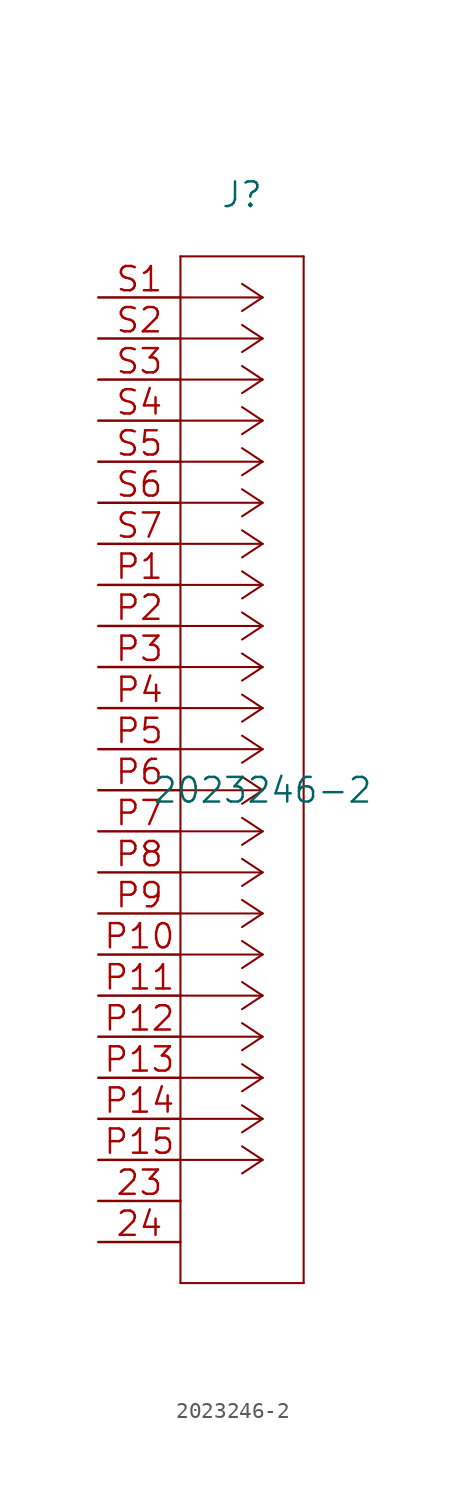
<source format=kicad_sym>
(kicad_symbol_lib
  (version 20211014)
  (generator kicad_symbol_editor)
  (symbol "2023246-2"
    (pin_names
      (offset 0.254) hide)
    (property "Reference" "J"
      (at 8.89 6.35 0)
      (effects (font (size 1.524 1.524))))
    (property "Value" "2023246-2"
      (at 10.16 -30.48 0)
      (effects (font (size 1.524 1.524))))
    (property "Datasheet" ""
      (at 0 0 0)
      (effects (font (size 1.524 1.524))))
    (property "ki_locked" ""
      (at 0 0 0)
      (effects (font (size 1.27 1.27))))
    (symbol "2023246-2_1_1"
      (polyline (pts (xy 5.08 -60.96) (xy 12.7 -60.96)) (stroke (width 0.127) (type default) (color 0 0 0 0)) (fill (type none)))
      (polyline (pts (xy 5.08 2.54) (xy 5.08 -60.96)) (stroke (width 0.127) (type default) (color 0 0 0 0)) (fill (type none)))
      (polyline (pts (xy 10.16 -53.34) (xy 5.08 -53.34)) (stroke (width 0.127) (type default) (color 0 0 0 0)) (fill (type none)))
      (polyline (pts (xy 10.16 -53.34) (xy 8.89 -54.178)) (stroke (width 0.127) (type default) (color 0 0 0 0)) (fill (type none)))
      (polyline (pts (xy 10.16 -53.34) (xy 8.89 -52.502)) (stroke (width 0.127) (type default) (color 0 0 0 0)) (fill (type none)))
      (polyline (pts (xy 10.16 -50.8) (xy 5.08 -50.8)) (stroke (width 0.127) (type default) (color 0 0 0 0)) (fill (type none)))
      (polyline (pts (xy 10.16 -50.8) (xy 8.89 -51.638)) (stroke (width 0.127) (type default) (color 0 0 0 0)) (fill (type none)))
      (polyline (pts (xy 10.16 -50.8) (xy 8.89 -49.962)) (stroke (width 0.127) (type default) (color 0 0 0 0)) (fill (type none)))
      (polyline (pts (xy 10.16 -48.26) (xy 5.08 -48.26)) (stroke (width 0.127) (type default) (color 0 0 0 0)) (fill (type none)))
      (polyline (pts (xy 10.16 -48.26) (xy 8.89 -49.098)) (stroke (width 0.127) (type default) (color 0 0 0 0)) (fill (type none)))
      (polyline (pts (xy 10.16 -48.26) (xy 8.89 -47.422)) (stroke (width 0.127) (type default) (color 0 0 0 0)) (fill (type none)))
      (polyline (pts (xy 10.16 -45.72) (xy 5.08 -45.72)) (stroke (width 0.127) (type default) (color 0 0 0 0)) (fill (type none)))
      (polyline (pts (xy 10.16 -45.72) (xy 8.89 -46.558)) (stroke (width 0.127) (type default) (color 0 0 0 0)) (fill (type none)))
      (polyline (pts (xy 10.16 -45.72) (xy 8.89 -44.882)) (stroke (width 0.127) (type default) (color 0 0 0 0)) (fill (type none)))
      (polyline (pts (xy 10.16 -43.18) (xy 5.08 -43.18)) (stroke (width 0.127) (type default) (color 0 0 0 0)) (fill (type none)))
      (polyline (pts (xy 10.16 -43.18) (xy 8.89 -44.018)) (stroke (width 0.127) (type default) (color 0 0 0 0)) (fill (type none)))
      (polyline (pts (xy 10.16 -43.18) (xy 8.89 -42.342)) (stroke (width 0.127) (type default) (color 0 0 0 0)) (fill (type none)))
      (polyline (pts (xy 10.16 -40.64) (xy 5.08 -40.64)) (stroke (width 0.127) (type default) (color 0 0 0 0)) (fill (type none)))
      (polyline (pts (xy 10.16 -40.64) (xy 8.89 -41.478)) (stroke (width 0.127) (type default) (color 0 0 0 0)) (fill (type none)))
      (polyline (pts (xy 10.16 -40.64) (xy 8.89 -39.802)) (stroke (width 0.127) (type default) (color 0 0 0 0)) (fill (type none)))
      (polyline (pts (xy 10.16 -38.1) (xy 5.08 -38.1)) (stroke (width 0.127) (type default) (color 0 0 0 0)) (fill (type none)))
      (polyline (pts (xy 10.16 -38.1) (xy 8.89 -38.938)) (stroke (width 0.127) (type default) (color 0 0 0 0)) (fill (type none)))
      (polyline (pts (xy 10.16 -38.1) (xy 8.89 -37.262)) (stroke (width 0.127) (type default) (color 0 0 0 0)) (fill (type none)))
      (polyline (pts (xy 10.16 -35.56) (xy 5.08 -35.56)) (stroke (width 0.127) (type default) (color 0 0 0 0)) (fill (type none)))
      (polyline (pts (xy 10.16 -35.56) (xy 8.89 -36.398)) (stroke (width 0.127) (type default) (color 0 0 0 0)) (fill (type none)))
      (polyline (pts (xy 10.16 -35.56) (xy 8.89 -34.722)) (stroke (width 0.127) (type default) (color 0 0 0 0)) (fill (type none)))
      (polyline (pts (xy 10.16 -33.02) (xy 5.08 -33.02)) (stroke (width 0.127) (type default) (color 0 0 0 0)) (fill (type none)))
      (polyline (pts (xy 10.16 -33.02) (xy 8.89 -33.858)) (stroke (width 0.127) (type default) (color 0 0 0 0)) (fill (type none)))
      (polyline (pts (xy 10.16 -33.02) (xy 8.89 -32.182)) (stroke (width 0.127) (type default) (color 0 0 0 0)) (fill (type none)))
      (polyline (pts (xy 10.16 -30.48) (xy 5.08 -30.48)) (stroke (width 0.127) (type default) (color 0 0 0 0)) (fill (type none)))
      (polyline (pts (xy 10.16 -30.48) (xy 8.89 -31.318)) (stroke (width 0.127) (type default) (color 0 0 0 0)) (fill (type none)))
      (polyline (pts (xy 10.16 -30.48) (xy 8.89 -29.642)) (stroke (width 0.127) (type default) (color 0 0 0 0)) (fill (type none)))
      (polyline (pts (xy 10.16 -27.94) (xy 5.08 -27.94)) (stroke (width 0.127) (type default) (color 0 0 0 0)) (fill (type none)))
      (polyline (pts (xy 10.16 -27.94) (xy 8.89 -28.778)) (stroke (width 0.127) (type default) (color 0 0 0 0)) (fill (type none)))
      (polyline (pts (xy 10.16 -27.94) (xy 8.89 -27.102)) (stroke (width 0.127) (type default) (color 0 0 0 0)) (fill (type none)))
      (polyline (pts (xy 10.16 -25.4) (xy 5.08 -25.4)) (stroke (width 0.127) (type default) (color 0 0 0 0)) (fill (type none)))
      (polyline (pts (xy 10.16 -25.4) (xy 8.89 -26.238)) (stroke (width 0.127) (type default) (color 0 0 0 0)) (fill (type none)))
      (polyline (pts (xy 10.16 -25.4) (xy 8.89 -24.562)) (stroke (width 0.127) (type default) (color 0 0 0 0)) (fill (type none)))
      (polyline (pts (xy 10.16 -22.86) (xy 5.08 -22.86)) (stroke (width 0.127) (type default) (color 0 0 0 0)) (fill (type none)))
      (polyline (pts (xy 10.16 -22.86) (xy 8.89 -23.698)) (stroke (width 0.127) (type default) (color 0 0 0 0)) (fill (type none)))
      (polyline (pts (xy 10.16 -22.86) (xy 8.89 -22.022)) (stroke (width 0.127) (type default) (color 0 0 0 0)) (fill (type none)))
      (polyline (pts (xy 10.16 -20.32) (xy 5.08 -20.32)) (stroke (width 0.127) (type default) (color 0 0 0 0)) (fill (type none)))
      (polyline (pts (xy 10.16 -20.32) (xy 8.89 -21.158)) (stroke (width 0.127) (type default) (color 0 0 0 0)) (fill (type none)))
      (polyline (pts (xy 10.16 -20.32) (xy 8.89 -19.482)) (stroke (width 0.127) (type default) (color 0 0 0 0)) (fill (type none)))
      (polyline (pts (xy 10.16 -17.78) (xy 5.08 -17.78)) (stroke (width 0.127) (type default) (color 0 0 0 0)) (fill (type none)))
      (polyline (pts (xy 10.16 -17.78) (xy 8.89 -18.618)) (stroke (width 0.127) (type default) (color 0 0 0 0)) (fill (type none)))
      (polyline (pts (xy 10.16 -17.78) (xy 8.89 -16.942)) (stroke (width 0.127) (type default) (color 0 0 0 0)) (fill (type none)))
      (polyline (pts (xy 10.16 -15.24) (xy 5.08 -15.24)) (stroke (width 0.127) (type default) (color 0 0 0 0)) (fill (type none)))
      (polyline (pts (xy 10.16 -15.24) (xy 8.89 -16.078)) (stroke (width 0.127) (type default) (color 0 0 0 0)) (fill (type none)))
      (polyline (pts (xy 10.16 -15.24) (xy 8.89 -14.402)) (stroke (width 0.127) (type default) (color 0 0 0 0)) (fill (type none)))
      (polyline (pts (xy 10.16 -12.7) (xy 5.08 -12.7)) (stroke (width 0.127) (type default) (color 0 0 0 0)) (fill (type none)))
      (polyline (pts (xy 10.16 -12.7) (xy 8.89 -13.538)) (stroke (width 0.127) (type default) (color 0 0 0 0)) (fill (type none)))
      (polyline (pts (xy 10.16 -12.7) (xy 8.89 -11.862)) (stroke (width 0.127) (type default) (color 0 0 0 0)) (fill (type none)))
      (polyline (pts (xy 10.16 -10.16) (xy 5.08 -10.16)) (stroke (width 0.127) (type default) (color 0 0 0 0)) (fill (type none)))
      (polyline (pts (xy 10.16 -10.16) (xy 8.89 -10.998)) (stroke (width 0.127) (type default) (color 0 0 0 0)) (fill (type none)))
      (polyline (pts (xy 10.16 -10.16) (xy 8.89 -9.322)) (stroke (width 0.127) (type default) (color 0 0 0 0)) (fill (type none)))
      (polyline (pts (xy 10.16 -7.62) (xy 5.08 -7.62)) (stroke (width 0.127) (type default) (color 0 0 0 0)) (fill (type none)))
      (polyline (pts (xy 10.16 -7.62) (xy 8.89 -8.458)) (stroke (width 0.127) (type default) (color 0 0 0 0)) (fill (type none)))
      (polyline (pts (xy 10.16 -7.62) (xy 8.89 -6.782)) (stroke (width 0.127) (type default) (color 0 0 0 0)) (fill (type none)))
      (polyline (pts (xy 10.16 -5.08) (xy 5.08 -5.08)) (stroke (width 0.127) (type default) (color 0 0 0 0)) (fill (type none)))
      (polyline (pts (xy 10.16 -5.08) (xy 8.89 -5.918)) (stroke (width 0.127) (type default) (color 0 0 0 0)) (fill (type none)))
      (polyline (pts (xy 10.16 -5.08) (xy 8.89 -4.242)) (stroke (width 0.127) (type default) (color 0 0 0 0)) (fill (type none)))
      (polyline (pts (xy 10.16 -2.54) (xy 5.08 -2.54)) (stroke (width 0.127) (type default) (color 0 0 0 0)) (fill (type none)))
      (polyline (pts (xy 10.16 -2.54) (xy 8.89 -3.378)) (stroke (width 0.127) (type default) (color 0 0 0 0)) (fill (type none)))
      (polyline (pts (xy 10.16 -2.54) (xy 8.89 -1.702)) (stroke (width 0.127) (type default) (color 0 0 0 0)) (fill (type none)))
      (polyline (pts (xy 10.16 0) (xy 5.08 0)) (stroke (width 0.127) (type default) (color 0 0 0 0)) (fill (type none)))
      (polyline (pts (xy 10.16 0) (xy 8.89 -0.838)) (stroke (width 0.127) (type default) (color 0 0 0 0)) (fill (type none)))
      (polyline (pts (xy 10.16 0) (xy 8.89 0.838)) (stroke (width 0.127) (type default) (color 0 0 0 0)) (fill (type none)))
      (polyline (pts (xy 12.7 -60.96) (xy 12.7 2.54)) (stroke (width 0.127) (type default) (color 0 0 0 0)) (fill (type none)))
      (polyline (pts (xy 12.7 2.54) (xy 5.08 2.54)) (stroke (width 0.127) (type default) (color 0 0 0 0)) (fill (type none)))
      (pin unspecified line (at 0 -55.88 0) (length 5.08) (name "SHIELD" (effects (font (size 1.499 1.499)))) (number "23" (effects (font (size 1.499 1.499)))))
      (pin unspecified line (at 0 -58.42 0) (length 5.08) (name "SHIELD" (effects (font (size 1.499 1.499)))) (number "24" (effects (font (size 1.499 1.499)))))
      (pin unspecified line (at 0 -17.78 0) (length 5.08) (name "8" (effects (font (size 1.499 1.499)))) (number "P1" (effects (font (size 1.499 1.499)))))
      (pin unspecified line (at 0 -40.64 0) (length 5.08) (name "17" (effects (font (size 1.499 1.499)))) (number "P10" (effects (font (size 1.499 1.499)))))
      (pin unspecified line (at 0 -43.18 0) (length 5.08) (name "18" (effects (font (size 1.499 1.499)))) (number "P11" (effects (font (size 1.499 1.499)))))
      (pin unspecified line (at 0 -45.72 0) (length 5.08) (name "19" (effects (font (size 1.499 1.499)))) (number "P12" (effects (font (size 1.499 1.499)))))
      (pin unspecified line (at 0 -48.26 0) (length 5.08) (name "20" (effects (font (size 1.499 1.499)))) (number "P13" (effects (font (size 1.499 1.499)))))
      (pin unspecified line (at 0 -50.8 0) (length 5.08) (name "21" (effects (font (size 1.499 1.499)))) (number "P14" (effects (font (size 1.499 1.499)))))
      (pin unspecified line (at 0 -53.34 0) (length 5.08) (name "22" (effects (font (size 1.499 1.499)))) (number "P15" (effects (font (size 1.499 1.499)))))
      (pin unspecified line (at 0 -20.32 0) (length 5.08) (name "9" (effects (font (size 1.499 1.499)))) (number "P2" (effects (font (size 1.499 1.499)))))
      (pin unspecified line (at 0 -22.86 0) (length 5.08) (name "10" (effects (font (size 1.499 1.499)))) (number "P3" (effects (font (size 1.499 1.499)))))
      (pin unspecified line (at 0 -25.4 0) (length 5.08) (name "11" (effects (font (size 1.499 1.499)))) (number "P4" (effects (font (size 1.499 1.499)))))
      (pin unspecified line (at 0 -27.94 0) (length 5.08) (name "12" (effects (font (size 1.499 1.499)))) (number "P5" (effects (font (size 1.499 1.499)))))
      (pin unspecified line (at 0 -30.48 0) (length 5.08) (name "13" (effects (font (size 1.499 1.499)))) (number "P6" (effects (font (size 1.499 1.499)))))
      (pin unspecified line (at 0 -33.02 0) (length 5.08) (name "14" (effects (font (size 1.499 1.499)))) (number "P7" (effects (font (size 1.499 1.499)))))
      (pin unspecified line (at 0 -35.56 0) (length 5.08) (name "15" (effects (font (size 1.499 1.499)))) (number "P8" (effects (font (size 1.499 1.499)))))
      (pin unspecified line (at 0 -38.1 0) (length 5.08) (name "16" (effects (font (size 1.499 1.499)))) (number "P9" (effects (font (size 1.499 1.499)))))
      (pin unspecified line (at 0 0 0) (length 5.08) (name "1" (effects (font (size 1.499 1.499)))) (number "S1" (effects (font (size 1.499 1.499)))))
      (pin unspecified line (at 0 -2.54 0) (length 5.08) (name "2" (effects (font (size 1.499 1.499)))) (number "S2" (effects (font (size 1.499 1.499)))))
      (pin unspecified line (at 0 -5.08 0) (length 5.08) (name "3" (effects (font (size 1.499 1.499)))) (number "S3" (effects (font (size 1.499 1.499)))))
      (pin unspecified line (at 0 -7.62 0) (length 5.08) (name "4" (effects (font (size 1.499 1.499)))) (number "S4" (effects (font (size 1.499 1.499)))))
      (pin unspecified line (at 0 -10.16 0) (length 5.08) (name "5" (effects (font (size 1.499 1.499)))) (number "S5" (effects (font (size 1.499 1.499)))))
      (pin unspecified line (at 0 -12.7 0) (length 5.08) (name "6" (effects (font (size 1.499 1.499)))) (number "S6" (effects (font (size 1.499 1.499)))))
      (pin unspecified line (at 0 -15.24 0) (length 5.08) (name "7" (effects (font (size 1.499 1.499)))) (number "S7" (effects (font (size 1.499 1.499))))))))
</source>
